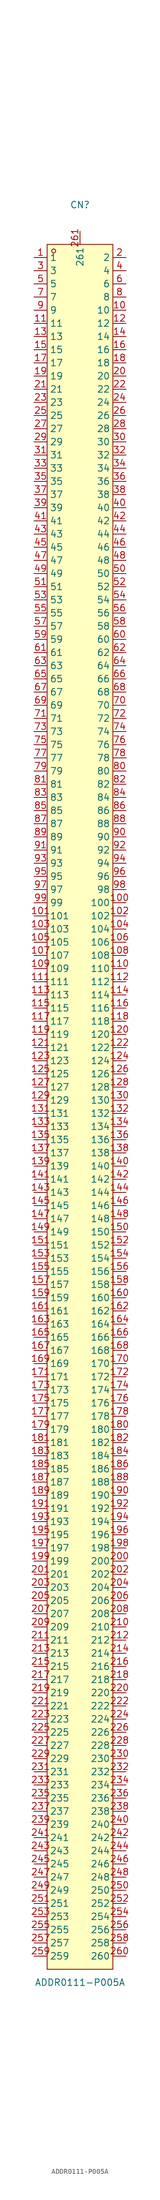
<source format=kicad_sym>
(kicad_symbol_lib
  (version 20231120)
  (generator "kicad_symbol_editor")
  (generator_version "8.0")
  (symbol "ADDR0111-P005A"
    (property "Reference" "CN"
      (at 0 173.99 0)
      (effects (font (size 1.27 1.27))))
    (property "Value" "ADDR0111-P005A"
      (at 0 -168.91 0)
      (effects (font (size 1.27 1.27))))
    (symbol "ADDR0111-P005A_0_1"
      (rectangle (start -6.35 166.37) (end 6.35 -166.37) (stroke (width 0) (type default)) (fill (type background)))
      (circle (center -5.08 165.1) (radius 0.38) (stroke (width 0) (type default)) (fill (type none)))
      (pin unspecified line (at -8.89 163.83 0) (length 2.54) (name "1" (effects (font (size 1.27 1.27)))) (number "1" (effects (font (size 1.27 1.27)))))
      (pin unspecified line (at 8.89 153.67 180) (length 2.54) (name "10" (effects (font (size 1.27 1.27)))) (number "10" (effects (font (size 1.27 1.27)))))
      (pin unspecified line (at 8.89 39.37 180) (length 2.54) (name "100" (effects (font (size 1.27 1.27)))) (number "100" (effects (font (size 1.27 1.27)))))
      (pin unspecified line (at -8.89 36.83 0) (length 2.54) (name "101" (effects (font (size 1.27 1.27)))) (number "101" (effects (font (size 1.27 1.27)))))
      (pin unspecified line (at 8.89 36.83 180) (length 2.54) (name "102" (effects (font (size 1.27 1.27)))) (number "102" (effects (font (size 1.27 1.27)))))
      (pin unspecified line (at -8.89 34.29 0) (length 2.54) (name "103" (effects (font (size 1.27 1.27)))) (number "103" (effects (font (size 1.27 1.27)))))
      (pin unspecified line (at 8.89 34.29 180) (length 2.54) (name "104" (effects (font (size 1.27 1.27)))) (number "104" (effects (font (size 1.27 1.27)))))
      (pin unspecified line (at -8.89 31.75 0) (length 2.54) (name "105" (effects (font (size 1.27 1.27)))) (number "105" (effects (font (size 1.27 1.27)))))
      (pin unspecified line (at 8.89 31.75 180) (length 2.54) (name "106" (effects (font (size 1.27 1.27)))) (number "106" (effects (font (size 1.27 1.27)))))
      (pin unspecified line (at -8.89 29.21 0) (length 2.54) (name "107" (effects (font (size 1.27 1.27)))) (number "107" (effects (font (size 1.27 1.27)))))
      (pin unspecified line (at 8.89 29.21 180) (length 2.54) (name "108" (effects (font (size 1.27 1.27)))) (number "108" (effects (font (size 1.27 1.27)))))
      (pin unspecified line (at -8.89 26.67 0) (length 2.54) (name "109" (effects (font (size 1.27 1.27)))) (number "109" (effects (font (size 1.27 1.27)))))
      (pin unspecified line (at -8.89 151.13 0) (length 2.54) (name "11" (effects (font (size 1.27 1.27)))) (number "11" (effects (font (size 1.27 1.27)))))
      (pin unspecified line (at 8.89 26.67 180) (length 2.54) (name "110" (effects (font (size 1.27 1.27)))) (number "110" (effects (font (size 1.27 1.27)))))
      (pin unspecified line (at -8.89 24.13 0) (length 2.54) (name "111" (effects (font (size 1.27 1.27)))) (number "111" (effects (font (size 1.27 1.27)))))
      (pin unspecified line (at 8.89 24.13 180) (length 2.54) (name "112" (effects (font (size 1.27 1.27)))) (number "112" (effects (font (size 1.27 1.27)))))
      (pin unspecified line (at -8.89 21.59 0) (length 2.54) (name "113" (effects (font (size 1.27 1.27)))) (number "113" (effects (font (size 1.27 1.27)))))
      (pin unspecified line (at 8.89 21.59 180) (length 2.54) (name "114" (effects (font (size 1.27 1.27)))) (number "114" (effects (font (size 1.27 1.27)))))
      (pin unspecified line (at -8.89 19.05 0) (length 2.54) (name "115" (effects (font (size 1.27 1.27)))) (number "115" (effects (font (size 1.27 1.27)))))
      (pin unspecified line (at 8.89 19.05 180) (length 2.54) (name "116" (effects (font (size 1.27 1.27)))) (number "116" (effects (font (size 1.27 1.27)))))
      (pin unspecified line (at -8.89 16.51 0) (length 2.54) (name "117" (effects (font (size 1.27 1.27)))) (number "117" (effects (font (size 1.27 1.27)))))
      (pin unspecified line (at 8.89 16.51 180) (length 2.54) (name "118" (effects (font (size 1.27 1.27)))) (number "118" (effects (font (size 1.27 1.27)))))
      (pin unspecified line (at -8.89 13.97 0) (length 2.54) (name "119" (effects (font (size 1.27 1.27)))) (number "119" (effects (font (size 1.27 1.27)))))
      (pin unspecified line (at 8.89 151.13 180) (length 2.54) (name "12" (effects (font (size 1.27 1.27)))) (number "12" (effects (font (size 1.27 1.27)))))
      (pin unspecified line (at 8.89 13.97 180) (length 2.54) (name "120" (effects (font (size 1.27 1.27)))) (number "120" (effects (font (size 1.27 1.27)))))
      (pin unspecified line (at -8.89 11.43 0) (length 2.54) (name "121" (effects (font (size 1.27 1.27)))) (number "121" (effects (font (size 1.27 1.27)))))
      (pin unspecified line (at 8.89 11.43 180) (length 2.54) (name "122" (effects (font (size 1.27 1.27)))) (number "122" (effects (font (size 1.27 1.27)))))
      (pin unspecified line (at -8.89 8.89 0) (length 2.54) (name "123" (effects (font (size 1.27 1.27)))) (number "123" (effects (font (size 1.27 1.27)))))
      (pin unspecified line (at 8.89 8.89 180) (length 2.54) (name "124" (effects (font (size 1.27 1.27)))) (number "124" (effects (font (size 1.27 1.27)))))
      (pin unspecified line (at -8.89 6.35 0) (length 2.54) (name "125" (effects (font (size 1.27 1.27)))) (number "125" (effects (font (size 1.27 1.27)))))
      (pin unspecified line (at 8.89 6.35 180) (length 2.54) (name "126" (effects (font (size 1.27 1.27)))) (number "126" (effects (font (size 1.27 1.27)))))
      (pin unspecified line (at -8.89 3.81 0) (length 2.54) (name "127" (effects (font (size 1.27 1.27)))) (number "127" (effects (font (size 1.27 1.27)))))
      (pin unspecified line (at 8.89 3.81 180) (length 2.54) (name "128" (effects (font (size 1.27 1.27)))) (number "128" (effects (font (size 1.27 1.27)))))
      (pin unspecified line (at -8.89 1.27 0) (length 2.54) (name "129" (effects (font (size 1.27 1.27)))) (number "129" (effects (font (size 1.27 1.27)))))
      (pin unspecified line (at -8.89 148.59 0) (length 2.54) (name "13" (effects (font (size 1.27 1.27)))) (number "13" (effects (font (size 1.27 1.27)))))
      (pin unspecified line (at 8.89 1.27 180) (length 2.54) (name "130" (effects (font (size 1.27 1.27)))) (number "130" (effects (font (size 1.27 1.27)))))
      (pin unspecified line (at -8.89 -1.27 0) (length 2.54) (name "131" (effects (font (size 1.27 1.27)))) (number "131" (effects (font (size 1.27 1.27)))))
      (pin unspecified line (at 8.89 -1.27 180) (length 2.54) (name "132" (effects (font (size 1.27 1.27)))) (number "132" (effects (font (size 1.27 1.27)))))
      (pin unspecified line (at -8.89 -3.81 0) (length 2.54) (name "133" (effects (font (size 1.27 1.27)))) (number "133" (effects (font (size 1.27 1.27)))))
      (pin unspecified line (at 8.89 -3.81 180) (length 2.54) (name "134" (effects (font (size 1.27 1.27)))) (number "134" (effects (font (size 1.27 1.27)))))
      (pin unspecified line (at -8.89 -6.35 0) (length 2.54) (name "135" (effects (font (size 1.27 1.27)))) (number "135" (effects (font (size 1.27 1.27)))))
      (pin unspecified line (at 8.89 -6.35 180) (length 2.54) (name "136" (effects (font (size 1.27 1.27)))) (number "136" (effects (font (size 1.27 1.27)))))
      (pin unspecified line (at -8.89 -8.89 0) (length 2.54) (name "137" (effects (font (size 1.27 1.27)))) (number "137" (effects (font (size 1.27 1.27)))))
      (pin unspecified line (at 8.89 -8.89 180) (length 2.54) (name "138" (effects (font (size 1.27 1.27)))) (number "138" (effects (font (size 1.27 1.27)))))
      (pin unspecified line (at -8.89 -11.43 0) (length 2.54) (name "139" (effects (font (size 1.27 1.27)))) (number "139" (effects (font (size 1.27 1.27)))))
      (pin unspecified line (at 8.89 148.59 180) (length 2.54) (name "14" (effects (font (size 1.27 1.27)))) (number "14" (effects (font (size 1.27 1.27)))))
      (pin unspecified line (at 8.89 -11.43 180) (length 2.54) (name "140" (effects (font (size 1.27 1.27)))) (number "140" (effects (font (size 1.27 1.27)))))
      (pin unspecified line (at -8.89 -13.97 0) (length 2.54) (name "141" (effects (font (size 1.27 1.27)))) (number "141" (effects (font (size 1.27 1.27)))))
      (pin unspecified line (at 8.89 -13.97 180) (length 2.54) (name "142" (effects (font (size 1.27 1.27)))) (number "142" (effects (font (size 1.27 1.27)))))
      (pin unspecified line (at -8.89 -16.51 0) (length 2.54) (name "143" (effects (font (size 1.27 1.27)))) (number "143" (effects (font (size 1.27 1.27)))))
      (pin unspecified line (at 8.89 -16.51 180) (length 2.54) (name "144" (effects (font (size 1.27 1.27)))) (number "144" (effects (font (size 1.27 1.27)))))
      (pin unspecified line (at -8.89 -19.05 0) (length 2.54) (name "145" (effects (font (size 1.27 1.27)))) (number "145" (effects (font (size 1.27 1.27)))))
      (pin unspecified line (at 8.89 -19.05 180) (length 2.54) (name "146" (effects (font (size 1.27 1.27)))) (number "146" (effects (font (size 1.27 1.27)))))
      (pin unspecified line (at -8.89 -21.59 0) (length 2.54) (name "147" (effects (font (size 1.27 1.27)))) (number "147" (effects (font (size 1.27 1.27)))))
      (pin unspecified line (at 8.89 -21.59 180) (length 2.54) (name "148" (effects (font (size 1.27 1.27)))) (number "148" (effects (font (size 1.27 1.27)))))
      (pin unspecified line (at -8.89 -24.13 0) (length 2.54) (name "149" (effects (font (size 1.27 1.27)))) (number "149" (effects (font (size 1.27 1.27)))))
      (pin unspecified line (at -8.89 146.05 0) (length 2.54) (name "15" (effects (font (size 1.27 1.27)))) (number "15" (effects (font (size 1.27 1.27)))))
      (pin unspecified line (at 8.89 -24.13 180) (length 2.54) (name "150" (effects (font (size 1.27 1.27)))) (number "150" (effects (font (size 1.27 1.27)))))
      (pin unspecified line (at -8.89 -26.67 0) (length 2.54) (name "151" (effects (font (size 1.27 1.27)))) (number "151" (effects (font (size 1.27 1.27)))))
      (pin unspecified line (at 8.89 -26.67 180) (length 2.54) (name "152" (effects (font (size 1.27 1.27)))) (number "152" (effects (font (size 1.27 1.27)))))
      (pin unspecified line (at -8.89 -29.21 0) (length 2.54) (name "153" (effects (font (size 1.27 1.27)))) (number "153" (effects (font (size 1.27 1.27)))))
      (pin unspecified line (at 8.89 -29.21 180) (length 2.54) (name "154" (effects (font (size 1.27 1.27)))) (number "154" (effects (font (size 1.27 1.27)))))
      (pin unspecified line (at -8.89 -31.75 0) (length 2.54) (name "155" (effects (font (size 1.27 1.27)))) (number "155" (effects (font (size 1.27 1.27)))))
      (pin unspecified line (at 8.89 -31.75 180) (length 2.54) (name "156" (effects (font (size 1.27 1.27)))) (number "156" (effects (font (size 1.27 1.27)))))
      (pin unspecified line (at -8.89 -34.29 0) (length 2.54) (name "157" (effects (font (size 1.27 1.27)))) (number "157" (effects (font (size 1.27 1.27)))))
      (pin unspecified line (at 8.89 -34.29 180) (length 2.54) (name "158" (effects (font (size 1.27 1.27)))) (number "158" (effects (font (size 1.27 1.27)))))
      (pin unspecified line (at -8.89 -36.83 0) (length 2.54) (name "159" (effects (font (size 1.27 1.27)))) (number "159" (effects (font (size 1.27 1.27)))))
      (pin unspecified line (at 8.89 146.05 180) (length 2.54) (name "16" (effects (font (size 1.27 1.27)))) (number "16" (effects (font (size 1.27 1.27)))))
      (pin unspecified line (at 8.89 -36.83 180) (length 2.54) (name "160" (effects (font (size 1.27 1.27)))) (number "160" (effects (font (size 1.27 1.27)))))
      (pin unspecified line (at -8.89 -39.37 0) (length 2.54) (name "161" (effects (font (size 1.27 1.27)))) (number "161" (effects (font (size 1.27 1.27)))))
      (pin unspecified line (at 8.89 -39.37 180) (length 2.54) (name "162" (effects (font (size 1.27 1.27)))) (number "162" (effects (font (size 1.27 1.27)))))
      (pin unspecified line (at -8.89 -41.91 0) (length 2.54) (name "163" (effects (font (size 1.27 1.27)))) (number "163" (effects (font (size 1.27 1.27)))))
      (pin unspecified line (at 8.89 -41.91 180) (length 2.54) (name "164" (effects (font (size 1.27 1.27)))) (number "164" (effects (font (size 1.27 1.27)))))
      (pin unspecified line (at -8.89 -44.45 0) (length 2.54) (name "165" (effects (font (size 1.27 1.27)))) (number "165" (effects (font (size 1.27 1.27)))))
      (pin unspecified line (at 8.89 -44.45 180) (length 2.54) (name "166" (effects (font (size 1.27 1.27)))) (number "166" (effects (font (size 1.27 1.27)))))
      (pin unspecified line (at -8.89 -46.99 0) (length 2.54) (name "167" (effects (font (size 1.27 1.27)))) (number "167" (effects (font (size 1.27 1.27)))))
      (pin unspecified line (at 8.89 -46.99 180) (length 2.54) (name "168" (effects (font (size 1.27 1.27)))) (number "168" (effects (font (size 1.27 1.27)))))
      (pin unspecified line (at -8.89 -49.53 0) (length 2.54) (name "169" (effects (font (size 1.27 1.27)))) (number "169" (effects (font (size 1.27 1.27)))))
      (pin unspecified line (at -8.89 143.51 0) (length 2.54) (name "17" (effects (font (size 1.27 1.27)))) (number "17" (effects (font (size 1.27 1.27)))))
      (pin unspecified line (at 8.89 -49.53 180) (length 2.54) (name "170" (effects (font (size 1.27 1.27)))) (number "170" (effects (font (size 1.27 1.27)))))
      (pin unspecified line (at -8.89 -52.07 0) (length 2.54) (name "171" (effects (font (size 1.27 1.27)))) (number "171" (effects (font (size 1.27 1.27)))))
      (pin unspecified line (at 8.89 -52.07 180) (length 2.54) (name "172" (effects (font (size 1.27 1.27)))) (number "172" (effects (font (size 1.27 1.27)))))
      (pin unspecified line (at -8.89 -54.61 0) (length 2.54) (name "173" (effects (font (size 1.27 1.27)))) (number "173" (effects (font (size 1.27 1.27)))))
      (pin unspecified line (at 8.89 -54.61 180) (length 2.54) (name "174" (effects (font (size 1.27 1.27)))) (number "174" (effects (font (size 1.27 1.27)))))
      (pin unspecified line (at -8.89 -57.15 0) (length 2.54) (name "175" (effects (font (size 1.27 1.27)))) (number "175" (effects (font (size 1.27 1.27)))))
      (pin unspecified line (at 8.89 -57.15 180) (length 2.54) (name "176" (effects (font (size 1.27 1.27)))) (number "176" (effects (font (size 1.27 1.27)))))
      (pin unspecified line (at -8.89 -59.69 0) (length 2.54) (name "177" (effects (font (size 1.27 1.27)))) (number "177" (effects (font (size 1.27 1.27)))))
      (pin unspecified line (at 8.89 -59.69 180) (length 2.54) (name "178" (effects (font (size 1.27 1.27)))) (number "178" (effects (font (size 1.27 1.27)))))
      (pin unspecified line (at -8.89 -62.23 0) (length 2.54) (name "179" (effects (font (size 1.27 1.27)))) (number "179" (effects (font (size 1.27 1.27)))))
      (pin unspecified line (at 8.89 143.51 180) (length 2.54) (name "18" (effects (font (size 1.27 1.27)))) (number "18" (effects (font (size 1.27 1.27)))))
      (pin unspecified line (at 8.89 -62.23 180) (length 2.54) (name "180" (effects (font (size 1.27 1.27)))) (number "180" (effects (font (size 1.27 1.27)))))
      (pin unspecified line (at -8.89 -64.77 0) (length 2.54) (name "181" (effects (font (size 1.27 1.27)))) (number "181" (effects (font (size 1.27 1.27)))))
      (pin unspecified line (at 8.89 -64.77 180) (length 2.54) (name "182" (effects (font (size 1.27 1.27)))) (number "182" (effects (font (size 1.27 1.27)))))
      (pin unspecified line (at -8.89 -67.31 0) (length 2.54) (name "183" (effects (font (size 1.27 1.27)))) (number "183" (effects (font (size 1.27 1.27)))))
      (pin unspecified line (at 8.89 -67.31 180) (length 2.54) (name "184" (effects (font (size 1.27 1.27)))) (number "184" (effects (font (size 1.27 1.27)))))
      (pin unspecified line (at -8.89 -69.85 0) (length 2.54) (name "185" (effects (font (size 1.27 1.27)))) (number "185" (effects (font (size 1.27 1.27)))))
      (pin unspecified line (at 8.89 -69.85 180) (length 2.54) (name "186" (effects (font (size 1.27 1.27)))) (number "186" (effects (font (size 1.27 1.27)))))
      (pin unspecified line (at -8.89 -72.39 0) (length 2.54) (name "187" (effects (font (size 1.27 1.27)))) (number "187" (effects (font (size 1.27 1.27)))))
      (pin unspecified line (at 8.89 -72.39 180) (length 2.54) (name "188" (effects (font (size 1.27 1.27)))) (number "188" (effects (font (size 1.27 1.27)))))
      (pin unspecified line (at -8.89 -74.93 0) (length 2.54) (name "189" (effects (font (size 1.27 1.27)))) (number "189" (effects (font (size 1.27 1.27)))))
      (pin unspecified line (at -8.89 140.97 0) (length 2.54) (name "19" (effects (font (size 1.27 1.27)))) (number "19" (effects (font (size 1.27 1.27)))))
      (pin unspecified line (at 8.89 -74.93 180) (length 2.54) (name "190" (effects (font (size 1.27 1.27)))) (number "190" (effects (font (size 1.27 1.27)))))
      (pin unspecified line (at -8.89 -77.47 0) (length 2.54) (name "191" (effects (font (size 1.27 1.27)))) (number "191" (effects (font (size 1.27 1.27)))))
      (pin unspecified line (at 8.89 -77.47 180) (length 2.54) (name "192" (effects (font (size 1.27 1.27)))) (number "192" (effects (font (size 1.27 1.27)))))
      (pin unspecified line (at -8.89 -80.01 0) (length 2.54) (name "193" (effects (font (size 1.27 1.27)))) (number "193" (effects (font (size 1.27 1.27)))))
      (pin unspecified line (at 8.89 -80.01 180) (length 2.54) (name "194" (effects (font (size 1.27 1.27)))) (number "194" (effects (font (size 1.27 1.27)))))
      (pin unspecified line (at -8.89 -82.55 0) (length 2.54) (name "195" (effects (font (size 1.27 1.27)))) (number "195" (effects (font (size 1.27 1.27)))))
      (pin unspecified line (at 8.89 -82.55 180) (length 2.54) (name "196" (effects (font (size 1.27 1.27)))) (number "196" (effects (font (size 1.27 1.27)))))
      (pin unspecified line (at -8.89 -85.09 0) (length 2.54) (name "197" (effects (font (size 1.27 1.27)))) (number "197" (effects (font (size 1.27 1.27)))))
      (pin unspecified line (at 8.89 -85.09 180) (length 2.54) (name "198" (effects (font (size 1.27 1.27)))) (number "198" (effects (font (size 1.27 1.27)))))
      (pin unspecified line (at -8.89 -87.63 0) (length 2.54) (name "199" (effects (font (size 1.27 1.27)))) (number "199" (effects (font (size 1.27 1.27)))))
      (pin unspecified line (at 8.89 163.83 180) (length 2.54) (name "2" (effects (font (size 1.27 1.27)))) (number "2" (effects (font (size 1.27 1.27)))))
      (pin unspecified line (at 8.89 140.97 180) (length 2.54) (name "20" (effects (font (size 1.27 1.27)))) (number "20" (effects (font (size 1.27 1.27)))))
      (pin unspecified line (at 8.89 -87.63 180) (length 2.54) (name "200" (effects (font (size 1.27 1.27)))) (number "200" (effects (font (size 1.27 1.27)))))
      (pin unspecified line (at -8.89 -90.17 0) (length 2.54) (name "201" (effects (font (size 1.27 1.27)))) (number "201" (effects (font (size 1.27 1.27)))))
      (pin unspecified line (at 8.89 -90.17 180) (length 2.54) (name "202" (effects (font (size 1.27 1.27)))) (number "202" (effects (font (size 1.27 1.27)))))
      (pin unspecified line (at -8.89 -92.71 0) (length 2.54) (name "203" (effects (font (size 1.27 1.27)))) (number "203" (effects (font (size 1.27 1.27)))))
      (pin unspecified line (at 8.89 -92.71 180) (length 2.54) (name "204" (effects (font (size 1.27 1.27)))) (number "204" (effects (font (size 1.27 1.27)))))
      (pin unspecified line (at -8.89 -95.25 0) (length 2.54) (name "205" (effects (font (size 1.27 1.27)))) (number "205" (effects (font (size 1.27 1.27)))))
      (pin unspecified line (at 8.89 -95.25 180) (length 2.54) (name "206" (effects (font (size 1.27 1.27)))) (number "206" (effects (font (size 1.27 1.27)))))
      (pin unspecified line (at -8.89 -97.79 0) (length 2.54) (name "207" (effects (font (size 1.27 1.27)))) (number "207" (effects (font (size 1.27 1.27)))))
      (pin unspecified line (at 8.89 -97.79 180) (length 2.54) (name "208" (effects (font (size 1.27 1.27)))) (number "208" (effects (font (size 1.27 1.27)))))
      (pin unspecified line (at -8.89 -100.33 0) (length 2.54) (name "209" (effects (font (size 1.27 1.27)))) (number "209" (effects (font (size 1.27 1.27)))))
      (pin unspecified line (at -8.89 138.43 0) (length 2.54) (name "21" (effects (font (size 1.27 1.27)))) (number "21" (effects (font (size 1.27 1.27)))))
      (pin unspecified line (at 8.89 -100.33 180) (length 2.54) (name "210" (effects (font (size 1.27 1.27)))) (number "210" (effects (font (size 1.27 1.27)))))
      (pin unspecified line (at -8.89 -102.87 0) (length 2.54) (name "211" (effects (font (size 1.27 1.27)))) (number "211" (effects (font (size 1.27 1.27)))))
      (pin unspecified line (at 8.89 -102.87 180) (length 2.54) (name "212" (effects (font (size 1.27 1.27)))) (number "212" (effects (font (size 1.27 1.27)))))
      (pin unspecified line (at -8.89 -105.41 0) (length 2.54) (name "213" (effects (font (size 1.27 1.27)))) (number "213" (effects (font (size 1.27 1.27)))))
      (pin unspecified line (at 8.89 -105.41 180) (length 2.54) (name "214" (effects (font (size 1.27 1.27)))) (number "214" (effects (font (size 1.27 1.27)))))
      (pin unspecified line (at -8.89 -107.95 0) (length 2.54) (name "215" (effects (font (size 1.27 1.27)))) (number "215" (effects (font (size 1.27 1.27)))))
      (pin unspecified line (at 8.89 -107.95 180) (length 2.54) (name "216" (effects (font (size 1.27 1.27)))) (number "216" (effects (font (size 1.27 1.27)))))
      (pin unspecified line (at -8.89 -110.49 0) (length 2.54) (name "217" (effects (font (size 1.27 1.27)))) (number "217" (effects (font (size 1.27 1.27)))))
      (pin unspecified line (at 8.89 -110.49 180) (length 2.54) (name "218" (effects (font (size 1.27 1.27)))) (number "218" (effects (font (size 1.27 1.27)))))
      (pin unspecified line (at -8.89 -113.03 0) (length 2.54) (name "219" (effects (font (size 1.27 1.27)))) (number "219" (effects (font (size 1.27 1.27)))))
      (pin unspecified line (at 8.89 138.43 180) (length 2.54) (name "22" (effects (font (size 1.27 1.27)))) (number "22" (effects (font (size 1.27 1.27)))))
      (pin unspecified line (at 8.89 -113.03 180) (length 2.54) (name "220" (effects (font (size 1.27 1.27)))) (number "220" (effects (font (size 1.27 1.27)))))
      (pin unspecified line (at -8.89 -115.57 0) (length 2.54) (name "221" (effects (font (size 1.27 1.27)))) (number "221" (effects (font (size 1.27 1.27)))))
      (pin unspecified line (at 8.89 -115.57 180) (length 2.54) (name "222" (effects (font (size 1.27 1.27)))) (number "222" (effects (font (size 1.27 1.27)))))
      (pin unspecified line (at -8.89 -118.11 0) (length 2.54) (name "223" (effects (font (size 1.27 1.27)))) (number "223" (effects (font (size 1.27 1.27)))))
      (pin unspecified line (at 8.89 -118.11 180) (length 2.54) (name "224" (effects (font (size 1.27 1.27)))) (number "224" (effects (font (size 1.27 1.27)))))
      (pin unspecified line (at -8.89 -120.65 0) (length 2.54) (name "225" (effects (font (size 1.27 1.27)))) (number "225" (effects (font (size 1.27 1.27)))))
      (pin unspecified line (at 8.89 -120.65 180) (length 2.54) (name "226" (effects (font (size 1.27 1.27)))) (number "226" (effects (font (size 1.27 1.27)))))
      (pin unspecified line (at -8.89 -123.19 0) (length 2.54) (name "227" (effects (font (size 1.27 1.27)))) (number "227" (effects (font (size 1.27 1.27)))))
      (pin unspecified line (at 8.89 -123.19 180) (length 2.54) (name "228" (effects (font (size 1.27 1.27)))) (number "228" (effects (font (size 1.27 1.27)))))
      (pin unspecified line (at -8.89 -125.73 0) (length 2.54) (name "229" (effects (font (size 1.27 1.27)))) (number "229" (effects (font (size 1.27 1.27)))))
      (pin unspecified line (at -8.89 135.89 0) (length 2.54) (name "23" (effects (font (size 1.27 1.27)))) (number "23" (effects (font (size 1.27 1.27)))))
      (pin unspecified line (at 8.89 -125.73 180) (length 2.54) (name "230" (effects (font (size 1.27 1.27)))) (number "230" (effects (font (size 1.27 1.27)))))
      (pin unspecified line (at -8.89 -128.27 0) (length 2.54) (name "231" (effects (font (size 1.27 1.27)))) (number "231" (effects (font (size 1.27 1.27)))))
      (pin unspecified line (at 8.89 -128.27 180) (length 2.54) (name "232" (effects (font (size 1.27 1.27)))) (number "232" (effects (font (size 1.27 1.27)))))
      (pin unspecified line (at -8.89 -130.81 0) (length 2.54) (name "233" (effects (font (size 1.27 1.27)))) (number "233" (effects (font (size 1.27 1.27)))))
      (pin unspecified line (at 8.89 -130.81 180) (length 2.54) (name "234" (effects (font (size 1.27 1.27)))) (number "234" (effects (font (size 1.27 1.27)))))
      (pin unspecified line (at -8.89 -133.35 0) (length 2.54) (name "235" (effects (font (size 1.27 1.27)))) (number "235" (effects (font (size 1.27 1.27)))))
      (pin unspecified line (at 8.89 -133.35 180) (length 2.54) (name "236" (effects (font (size 1.27 1.27)))) (number "236" (effects (font (size 1.27 1.27)))))
      (pin unspecified line (at -8.89 -135.89 0) (length 2.54) (name "237" (effects (font (size 1.27 1.27)))) (number "237" (effects (font (size 1.27 1.27)))))
      (pin unspecified line (at 8.89 -135.89 180) (length 2.54) (name "238" (effects (font (size 1.27 1.27)))) (number "238" (effects (font (size 1.27 1.27)))))
      (pin unspecified line (at -8.89 -138.43 0) (length 2.54) (name "239" (effects (font (size 1.27 1.27)))) (number "239" (effects (font (size 1.27 1.27)))))
      (pin unspecified line (at 8.89 135.89 180) (length 2.54) (name "24" (effects (font (size 1.27 1.27)))) (number "24" (effects (font (size 1.27 1.27)))))
      (pin unspecified line (at 8.89 -138.43 180) (length 2.54) (name "240" (effects (font (size 1.27 1.27)))) (number "240" (effects (font (size 1.27 1.27)))))
      (pin unspecified line (at -8.89 -140.97 0) (length 2.54) (name "241" (effects (font (size 1.27 1.27)))) (number "241" (effects (font (size 1.27 1.27)))))
      (pin unspecified line (at 8.89 -140.97 180) (length 2.54) (name "242" (effects (font (size 1.27 1.27)))) (number "242" (effects (font (size 1.27 1.27)))))
      (pin unspecified line (at -8.89 -143.51 0) (length 2.54) (name "243" (effects (font (size 1.27 1.27)))) (number "243" (effects (font (size 1.27 1.27)))))
      (pin unspecified line (at 8.89 -143.51 180) (length 2.54) (name "244" (effects (font (size 1.27 1.27)))) (number "244" (effects (font (size 1.27 1.27)))))
      (pin unspecified line (at -8.89 -146.05 0) (length 2.54) (name "245" (effects (font (size 1.27 1.27)))) (number "245" (effects (font (size 1.27 1.27)))))
      (pin unspecified line (at 8.89 -146.05 180) (length 2.54) (name "246" (effects (font (size 1.27 1.27)))) (number "246" (effects (font (size 1.27 1.27)))))
      (pin unspecified line (at -8.89 -148.59 0) (length 2.54) (name "247" (effects (font (size 1.27 1.27)))) (number "247" (effects (font (size 1.27 1.27)))))
      (pin unspecified line (at 8.89 -148.59 180) (length 2.54) (name "248" (effects (font (size 1.27 1.27)))) (number "248" (effects (font (size 1.27 1.27)))))
      (pin unspecified line (at -8.89 -151.13 0) (length 2.54) (name "249" (effects (font (size 1.27 1.27)))) (number "249" (effects (font (size 1.27 1.27)))))
      (pin unspecified line (at -8.89 133.35 0) (length 2.54) (name "25" (effects (font (size 1.27 1.27)))) (number "25" (effects (font (size 1.27 1.27)))))
      (pin unspecified line (at 8.89 -151.13 180) (length 2.54) (name "250" (effects (font (size 1.27 1.27)))) (number "250" (effects (font (size 1.27 1.27)))))
      (pin unspecified line (at -8.89 -153.67 0) (length 2.54) (name "251" (effects (font (size 1.27 1.27)))) (number "251" (effects (font (size 1.27 1.27)))))
      (pin unspecified line (at 8.89 -153.67 180) (length 2.54) (name "252" (effects (font (size 1.27 1.27)))) (number "252" (effects (font (size 1.27 1.27)))))
      (pin unspecified line (at -8.89 -156.21 0) (length 2.54) (name "253" (effects (font (size 1.27 1.27)))) (number "253" (effects (font (size 1.27 1.27)))))
      (pin unspecified line (at 8.89 -156.21 180) (length 2.54) (name "254" (effects (font (size 1.27 1.27)))) (number "254" (effects (font (size 1.27 1.27)))))
      (pin unspecified line (at -8.89 -158.75 0) (length 2.54) (name "255" (effects (font (size 1.27 1.27)))) (number "255" (effects (font (size 1.27 1.27)))))
      (pin unspecified line (at 8.89 -158.75 180) (length 2.54) (name "256" (effects (font (size 1.27 1.27)))) (number "256" (effects (font (size 1.27 1.27)))))
      (pin unspecified line (at -8.89 -161.29 0) (length 2.54) (name "257" (effects (font (size 1.27 1.27)))) (number "257" (effects (font (size 1.27 1.27)))))
      (pin unspecified line (at 8.89 -161.29 180) (length 2.54) (name "258" (effects (font (size 1.27 1.27)))) (number "258" (effects (font (size 1.27 1.27)))))
      (pin unspecified line (at -8.89 -163.83 0) (length 2.54) (name "259" (effects (font (size 1.27 1.27)))) (number "259" (effects (font (size 1.27 1.27)))))
      (pin unspecified line (at 8.89 133.35 180) (length 2.54) (name "26" (effects (font (size 1.27 1.27)))) (number "26" (effects (font (size 1.27 1.27)))))
      (pin unspecified line (at 8.89 -163.83 180) (length 2.54) (name "260" (effects (font (size 1.27 1.27)))) (number "260" (effects (font (size 1.27 1.27)))))
      (pin unspecified line (at 0 168.91 270) (length 2.54) (name "261" (effects (font (size 1.27 1.27)))) (number "261" (effects (font (size 1.27 1.27)))))
      (pin unspecified line (at -8.89 130.81 0) (length 2.54) (name "27" (effects (font (size 1.27 1.27)))) (number "27" (effects (font (size 1.27 1.27)))))
      (pin unspecified line (at 8.89 130.81 180) (length 2.54) (name "28" (effects (font (size 1.27 1.27)))) (number "28" (effects (font (size 1.27 1.27)))))
      (pin unspecified line (at -8.89 128.27 0) (length 2.54) (name "29" (effects (font (size 1.27 1.27)))) (number "29" (effects (font (size 1.27 1.27)))))
      (pin unspecified line (at -8.89 161.29 0) (length 2.54) (name "3" (effects (font (size 1.27 1.27)))) (number "3" (effects (font (size 1.27 1.27)))))
      (pin unspecified line (at 8.89 128.27 180) (length 2.54) (name "30" (effects (font (size 1.27 1.27)))) (number "30" (effects (font (size 1.27 1.27)))))
      (pin unspecified line (at -8.89 125.73 0) (length 2.54) (name "31" (effects (font (size 1.27 1.27)))) (number "31" (effects (font (size 1.27 1.27)))))
      (pin unspecified line (at 8.89 125.73 180) (length 2.54) (name "32" (effects (font (size 1.27 1.27)))) (number "32" (effects (font (size 1.27 1.27)))))
      (pin unspecified line (at -8.89 123.19 0) (length 2.54) (name "33" (effects (font (size 1.27 1.27)))) (number "33" (effects (font (size 1.27 1.27)))))
      (pin unspecified line (at 8.89 123.19 180) (length 2.54) (name "34" (effects (font (size 1.27 1.27)))) (number "34" (effects (font (size 1.27 1.27)))))
      (pin unspecified line (at -8.89 120.65 0) (length 2.54) (name "35" (effects (font (size 1.27 1.27)))) (number "35" (effects (font (size 1.27 1.27)))))
      (pin unspecified line (at 8.89 120.65 180) (length 2.54) (name "36" (effects (font (size 1.27 1.27)))) (number "36" (effects (font (size 1.27 1.27)))))
      (pin unspecified line (at -8.89 118.11 0) (length 2.54) (name "37" (effects (font (size 1.27 1.27)))) (number "37" (effects (font (size 1.27 1.27)))))
      (pin unspecified line (at 8.89 118.11 180) (length 2.54) (name "38" (effects (font (size 1.27 1.27)))) (number "38" (effects (font (size 1.27 1.27)))))
      (pin unspecified line (at -8.89 115.57 0) (length 2.54) (name "39" (effects (font (size 1.27 1.27)))) (number "39" (effects (font (size 1.27 1.27)))))
      (pin unspecified line (at 8.89 161.29 180) (length 2.54) (name "4" (effects (font (size 1.27 1.27)))) (number "4" (effects (font (size 1.27 1.27)))))
      (pin unspecified line (at 8.89 115.57 180) (length 2.54) (name "40" (effects (font (size 1.27 1.27)))) (number "40" (effects (font (size 1.27 1.27)))))
      (pin unspecified line (at -8.89 113.03 0) (length 2.54) (name "41" (effects (font (size 1.27 1.27)))) (number "41" (effects (font (size 1.27 1.27)))))
      (pin unspecified line (at 8.89 113.03 180) (length 2.54) (name "42" (effects (font (size 1.27 1.27)))) (number "42" (effects (font (size 1.27 1.27)))))
      (pin unspecified line (at -8.89 110.49 0) (length 2.54) (name "43" (effects (font (size 1.27 1.27)))) (number "43" (effects (font (size 1.27 1.27)))))
      (pin unspecified line (at 8.89 110.49 180) (length 2.54) (name "44" (effects (font (size 1.27 1.27)))) (number "44" (effects (font (size 1.27 1.27)))))
      (pin unspecified line (at -8.89 107.95 0) (length 2.54) (name "45" (effects (font (size 1.27 1.27)))) (number "45" (effects (font (size 1.27 1.27)))))
      (pin unspecified line (at 8.89 107.95 180) (length 2.54) (name "46" (effects (font (size 1.27 1.27)))) (number "46" (effects (font (size 1.27 1.27)))))
      (pin unspecified line (at -8.89 105.41 0) (length 2.54) (name "47" (effects (font (size 1.27 1.27)))) (number "47" (effects (font (size 1.27 1.27)))))
      (pin unspecified line (at 8.89 105.41 180) (length 2.54) (name "48" (effects (font (size 1.27 1.27)))) (number "48" (effects (font (size 1.27 1.27)))))
      (pin unspecified line (at -8.89 102.87 0) (length 2.54) (name "49" (effects (font (size 1.27 1.27)))) (number "49" (effects (font (size 1.27 1.27)))))
      (pin unspecified line (at -8.89 158.75 0) (length 2.54) (name "5" (effects (font (size 1.27 1.27)))) (number "5" (effects (font (size 1.27 1.27)))))
      (pin unspecified line (at 8.89 102.87 180) (length 2.54) (name "50" (effects (font (size 1.27 1.27)))) (number "50" (effects (font (size 1.27 1.27)))))
      (pin unspecified line (at -8.89 100.33 0) (length 2.54) (name "51" (effects (font (size 1.27 1.27)))) (number "51" (effects (font (size 1.27 1.27)))))
      (pin unspecified line (at 8.89 100.33 180) (length 2.54) (name "52" (effects (font (size 1.27 1.27)))) (number "52" (effects (font (size 1.27 1.27)))))
      (pin unspecified line (at -8.89 97.79 0) (length 2.54) (name "53" (effects (font (size 1.27 1.27)))) (number "53" (effects (font (size 1.27 1.27)))))
      (pin unspecified line (at 8.89 97.79 180) (length 2.54) (name "54" (effects (font (size 1.27 1.27)))) (number "54" (effects (font (size 1.27 1.27)))))
      (pin unspecified line (at -8.89 95.25 0) (length 2.54) (name "55" (effects (font (size 1.27 1.27)))) (number "55" (effects (font (size 1.27 1.27)))))
      (pin unspecified line (at 8.89 95.25 180) (length 2.54) (name "56" (effects (font (size 1.27 1.27)))) (number "56" (effects (font (size 1.27 1.27)))))
      (pin unspecified line (at -8.89 92.71 0) (length 2.54) (name "57" (effects (font (size 1.27 1.27)))) (number "57" (effects (font (size 1.27 1.27)))))
      (pin unspecified line (at 8.89 92.71 180) (length 2.54) (name "58" (effects (font (size 1.27 1.27)))) (number "58" (effects (font (size 1.27 1.27)))))
      (pin unspecified line (at -8.89 90.17 0) (length 2.54) (name "59" (effects (font (size 1.27 1.27)))) (number "59" (effects (font (size 1.27 1.27)))))
      (pin unspecified line (at 8.89 158.75 180) (length 2.54) (name "6" (effects (font (size 1.27 1.27)))) (number "6" (effects (font (size 1.27 1.27)))))
      (pin unspecified line (at 8.89 90.17 180) (length 2.54) (name "60" (effects (font (size 1.27 1.27)))) (number "60" (effects (font (size 1.27 1.27)))))
      (pin unspecified line (at -8.89 87.63 0) (length 2.54) (name "61" (effects (font (size 1.27 1.27)))) (number "61" (effects (font (size 1.27 1.27)))))
      (pin unspecified line (at 8.89 87.63 180) (length 2.54) (name "62" (effects (font (size 1.27 1.27)))) (number "62" (effects (font (size 1.27 1.27)))))
      (pin unspecified line (at -8.89 85.09 0) (length 2.54) (name "63" (effects (font (size 1.27 1.27)))) (number "63" (effects (font (size 1.27 1.27)))))
      (pin unspecified line (at 8.89 85.09 180) (length 2.54) (name "64" (effects (font (size 1.27 1.27)))) (number "64" (effects (font (size 1.27 1.27)))))
      (pin unspecified line (at -8.89 82.55 0) (length 2.54) (name "65" (effects (font (size 1.27 1.27)))) (number "65" (effects (font (size 1.27 1.27)))))
      (pin unspecified line (at 8.89 82.55 180) (length 2.54) (name "66" (effects (font (size 1.27 1.27)))) (number "66" (effects (font (size 1.27 1.27)))))
      (pin unspecified line (at -8.89 80.01 0) (length 2.54) (name "67" (effects (font (size 1.27 1.27)))) (number "67" (effects (font (size 1.27 1.27)))))
      (pin unspecified line (at 8.89 80.01 180) (length 2.54) (name "68" (effects (font (size 1.27 1.27)))) (number "68" (effects (font (size 1.27 1.27)))))
      (pin unspecified line (at -8.89 77.47 0) (length 2.54) (name "69" (effects (font (size 1.27 1.27)))) (number "69" (effects (font (size 1.27 1.27)))))
      (pin unspecified line (at -8.89 156.21 0) (length 2.54) (name "7" (effects (font (size 1.27 1.27)))) (number "7" (effects (font (size 1.27 1.27)))))
      (pin unspecified line (at 8.89 77.47 180) (length 2.54) (name "70" (effects (font (size 1.27 1.27)))) (number "70" (effects (font (size 1.27 1.27)))))
      (pin unspecified line (at -8.89 74.93 0) (length 2.54) (name "71" (effects (font (size 1.27 1.27)))) (number "71" (effects (font (size 1.27 1.27)))))
      (pin unspecified line (at 8.89 74.93 180) (length 2.54) (name "72" (effects (font (size 1.27 1.27)))) (number "72" (effects (font (size 1.27 1.27)))))
      (pin unspecified line (at -8.89 72.39 0) (length 2.54) (name "73" (effects (font (size 1.27 1.27)))) (number "73" (effects (font (size 1.27 1.27)))))
      (pin unspecified line (at 8.89 72.39 180) (length 2.54) (name "74" (effects (font (size 1.27 1.27)))) (number "74" (effects (font (size 1.27 1.27)))))
      (pin unspecified line (at -8.89 69.85 0) (length 2.54) (name "75" (effects (font (size 1.27 1.27)))) (number "75" (effects (font (size 1.27 1.27)))))
      (pin unspecified line (at 8.89 69.85 180) (length 2.54) (name "76" (effects (font (size 1.27 1.27)))) (number "76" (effects (font (size 1.27 1.27)))))
      (pin unspecified line (at -8.89 67.31 0) (length 2.54) (name "77" (effects (font (size 1.27 1.27)))) (number "77" (effects (font (size 1.27 1.27)))))
      (pin unspecified line (at 8.89 67.31 180) (length 2.54) (name "78" (effects (font (size 1.27 1.27)))) (number "78" (effects (font (size 1.27 1.27)))))
      (pin unspecified line (at -8.89 64.77 0) (length 2.54) (name "79" (effects (font (size 1.27 1.27)))) (number "79" (effects (font (size 1.27 1.27)))))
      (pin unspecified line (at 8.89 156.21 180) (length 2.54) (name "8" (effects (font (size 1.27 1.27)))) (number "8" (effects (font (size 1.27 1.27)))))
      (pin unspecified line (at 8.89 64.77 180) (length 2.54) (name "80" (effects (font (size 1.27 1.27)))) (number "80" (effects (font (size 1.27 1.27)))))
      (pin unspecified line (at -8.89 62.23 0) (length 2.54) (name "81" (effects (font (size 1.27 1.27)))) (number "81" (effects (font (size 1.27 1.27)))))
      (pin unspecified line (at 8.89 62.23 180) (length 2.54) (name "82" (effects (font (size 1.27 1.27)))) (number "82" (effects (font (size 1.27 1.27)))))
      (pin unspecified line (at -8.89 59.69 0) (length 2.54) (name "83" (effects (font (size 1.27 1.27)))) (number "83" (effects (font (size 1.27 1.27)))))
      (pin unspecified line (at 8.89 59.69 180) (length 2.54) (name "84" (effects (font (size 1.27 1.27)))) (number "84" (effects (font (size 1.27 1.27)))))
      (pin unspecified line (at -8.89 57.15 0) (length 2.54) (name "85" (effects (font (size 1.27 1.27)))) (number "85" (effects (font (size 1.27 1.27)))))
      (pin unspecified line (at 8.89 57.15 180) (length 2.54) (name "86" (effects (font (size 1.27 1.27)))) (number "86" (effects (font (size 1.27 1.27)))))
      (pin unspecified line (at -8.89 54.61 0) (length 2.54) (name "87" (effects (font (size 1.27 1.27)))) (number "87" (effects (font (size 1.27 1.27)))))
      (pin unspecified line (at 8.89 54.61 180) (length 2.54) (name "88" (effects (font (size 1.27 1.27)))) (number "88" (effects (font (size 1.27 1.27)))))
      (pin unspecified line (at -8.89 52.07 0) (length 2.54) (name "89" (effects (font (size 1.27 1.27)))) (number "89" (effects (font (size 1.27 1.27)))))
      (pin unspecified line (at -8.89 153.67 0) (length 2.54) (name "9" (effects (font (size 1.27 1.27)))) (number "9" (effects (font (size 1.27 1.27)))))
      (pin unspecified line (at 8.89 52.07 180) (length 2.54) (name "90" (effects (font (size 1.27 1.27)))) (number "90" (effects (font (size 1.27 1.27)))))
      (pin unspecified line (at -8.89 49.53 0) (length 2.54) (name "91" (effects (font (size 1.27 1.27)))) (number "91" (effects (font (size 1.27 1.27)))))
      (pin unspecified line (at 8.89 49.53 180) (length 2.54) (name "92" (effects (font (size 1.27 1.27)))) (number "92" (effects (font (size 1.27 1.27)))))
      (pin unspecified line (at -8.89 46.99 0) (length 2.54) (name "93" (effects (font (size 1.27 1.27)))) (number "93" (effects (font (size 1.27 1.27)))))
      (pin unspecified line (at 8.89 46.99 180) (length 2.54) (name "94" (effects (font (size 1.27 1.27)))) (number "94" (effects (font (size 1.27 1.27)))))
      (pin unspecified line (at -8.89 44.45 0) (length 2.54) (name "95" (effects (font (size 1.27 1.27)))) (number "95" (effects (font (size 1.27 1.27)))))
      (pin unspecified line (at 8.89 44.45 180) (length 2.54) (name "96" (effects (font (size 1.27 1.27)))) (number "96" (effects (font (size 1.27 1.27)))))
      (pin unspecified line (at -8.89 41.91 0) (length 2.54) (name "97" (effects (font (size 1.27 1.27)))) (number "97" (effects (font (size 1.27 1.27)))))
      (pin unspecified line (at 8.89 41.91 180) (length 2.54) (name "98" (effects (font (size 1.27 1.27)))) (number "98" (effects (font (size 1.27 1.27)))))
      (pin unspecified line (at -8.89 39.37 0) (length 2.54) (name "99" (effects (font (size 1.27 1.27)))) (number "99" (effects (font (size 1.27 1.27))))))))
</source>
